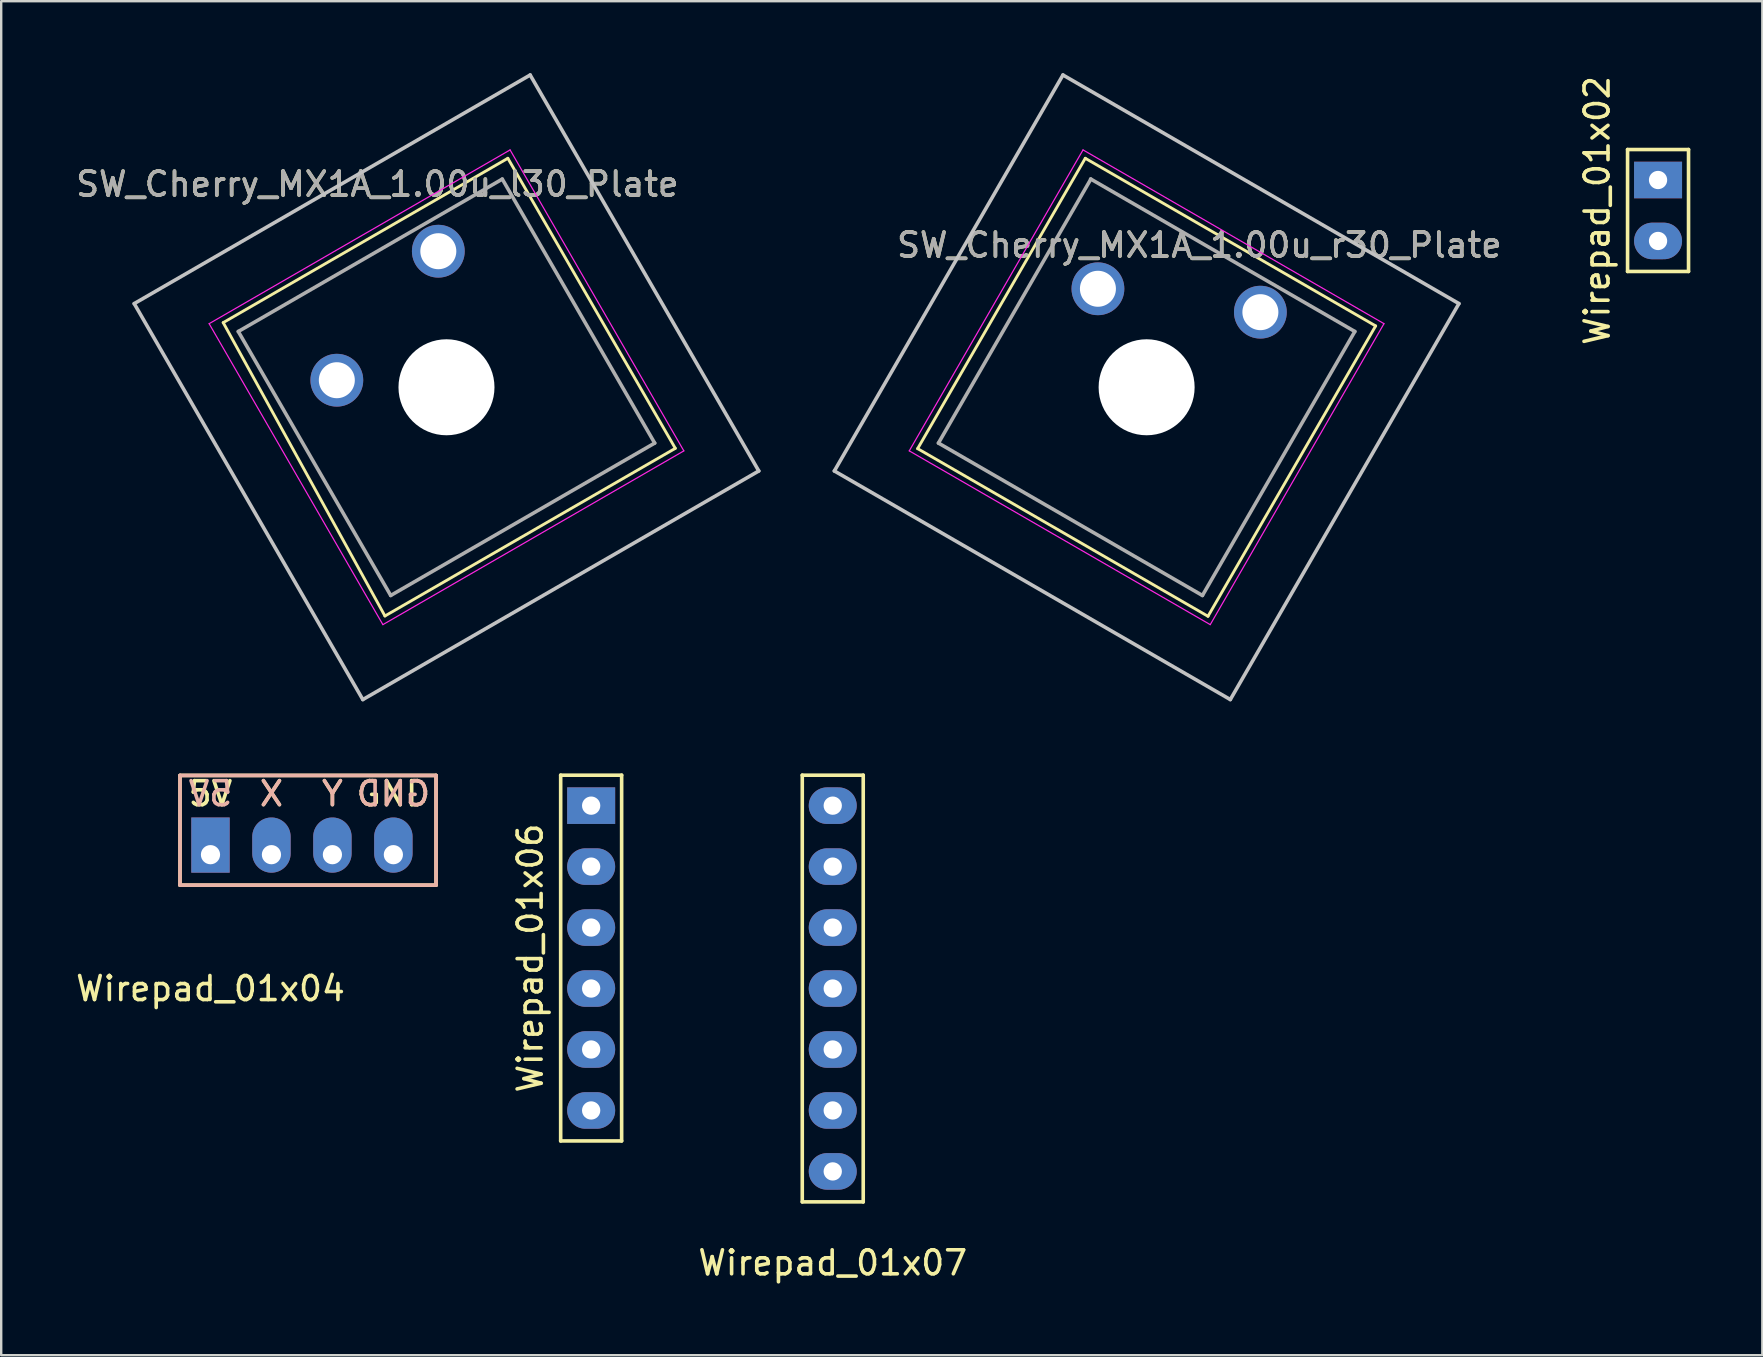
<source format=kicad_pcb>
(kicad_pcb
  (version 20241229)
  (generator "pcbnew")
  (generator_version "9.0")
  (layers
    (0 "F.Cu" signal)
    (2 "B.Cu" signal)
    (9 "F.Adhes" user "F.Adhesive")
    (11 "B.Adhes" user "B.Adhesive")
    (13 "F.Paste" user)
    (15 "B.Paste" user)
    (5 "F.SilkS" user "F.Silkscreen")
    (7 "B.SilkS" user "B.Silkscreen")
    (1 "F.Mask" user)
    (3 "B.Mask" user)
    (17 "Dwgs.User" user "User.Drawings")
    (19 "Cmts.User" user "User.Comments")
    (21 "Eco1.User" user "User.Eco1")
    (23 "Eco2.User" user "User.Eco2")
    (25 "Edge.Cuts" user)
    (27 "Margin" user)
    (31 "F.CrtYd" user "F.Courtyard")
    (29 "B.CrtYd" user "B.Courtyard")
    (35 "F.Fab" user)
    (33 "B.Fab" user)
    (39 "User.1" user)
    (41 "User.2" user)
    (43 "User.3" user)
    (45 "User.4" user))
  (footprint "Wirepad_01x04"
    (layer "F.Cu")
    (at 5.72 32.561)
    (property "Reference" "Wirepad_01x04" (at 0 5.58 0) (layer "F.SilkS") (effects (font (size 1 1) (thickness 0.15))))
    (attr through_hole)
    (fp_line (start -1.27 -3.302) (end -1.27 1.27) (stroke (width 0.15) (type solid)) (layer "F.SilkS"))
    (fp_line (start -1.27 1.27) (end 9.398 1.27) (stroke (width 0.15) (type solid)) (layer "F.SilkS"))
    (fp_line (start 9.398 -3.302) (end -1.27 -3.302) (stroke (width 0.15) (type solid)) (layer "F.SilkS"))
    (fp_line (start 9.398 1.27) (end 9.398 -3.302) (stroke (width 0.15) (type solid)) (layer "F.SilkS"))
    (fp_line (start -1.27 -3.302) (end 9.398 -3.302) (stroke (width 0.15) (type solid)) (layer "B.SilkS"))
    (fp_line (start -1.27 1.27) (end -1.27 -3.302) (stroke (width 0.15) (type solid)) (layer "B.SilkS"))
    (fp_line (start 9.398 -3.302) (end 9.398 1.27) (stroke (width 0.15) (type solid)) (layer "B.SilkS"))
    (fp_line (start 9.398 1.27) (end -1.27 1.27) (stroke (width 0.15) (type solid)) (layer "B.SilkS"))
    (fp_text user "5V" (at 0 -2.54 0) (layer "F.SilkS") (effects (font (size 1 1) (thickness 0.15))))
    (fp_text user "Y" (at 5.08 -2.54 0) (layer "F.SilkS") (effects (font (size 1 1) (thickness 0.15))))
    (fp_text user "X" (at 2.54 -2.54 0) (layer "F.SilkS") (effects (font (size 1 1) (thickness 0.15))))
    (fp_text user "GND" (at 7.62 -2.54 0) (layer "F.SilkS") (effects (font (size 1 1) (thickness 0.15))))
    (fp_text user "GND" (at 7.62 -2.54 0) (layer "B.SilkS") (effects (font (size 1 1) (thickness 0.15)) (justify mirror)))
    (fp_text user "Y" (at 5.08 -2.54 0) (layer "B.SilkS") (effects (font (size 1 1) (thickness 0.15)) (justify mirror)))
    (fp_text user "X" (at 2.54 -2.54 0) (layer "B.SilkS") (effects (font (size 1 1) (thickness 0.15)) (justify mirror)))
    (fp_text user "5V" (at 0 -2.54 0) (layer "B.SilkS") (effects (font (size 1 1) (thickness 0.15)) (justify mirror)))
    (pad "1" thru_hole trapezoid (at 0 0 180) (size 1.6 2.3) (drill 0.8 (offset 0 0.4)) (layers "*.Cu" "*.Mask"))
    (pad "2" thru_hole oval (at 2.54 0 180) (size 1.6 2.3) (drill 0.8 (offset 0 0.4)) (layers "*.Cu" "*.Mask"))
    (pad "3" thru_hole oval (at 5.08 0 180) (size 1.6 2.3) (drill 0.8 (offset 0 0.4)) (layers "*.Cu" "*.Mask"))
    (pad "4" thru_hole oval (at 7.62 0 180) (size 1.6 2.3) (drill 0.8 (offset 0 0.4)) (layers "*.Cu" "*.Mask")))
  (footprint "SW_Cherry_MX1A_1.00u_r30_Plate"
    (layer "F.Cu")
    (at 49.465 9.957)
    (property "Reference" "SW_Cherry_MX1A_1.00u_r30_Plate" (at -2.54 -2.794 0) (layer "F.SilkS") (effects (font (size 1 1) (thickness 0.15))))
    (attr through_hole)
    (fp_line (start -14.281 5.686) (end -7.296 -6.412) (stroke (width 0.12) (type solid)) (layer "F.SilkS"))
    (fp_line (start -7.296 -6.412) (end 4.802 0.573) (stroke (width 0.12) (type solid)) (layer "F.SilkS"))
    (fp_line (start -2.183 12.671) (end -14.281 5.686) (stroke (width 0.12) (type solid)) (layer "F.SilkS"))
    (fp_line (start 4.802 0.573) (end -2.183 12.671) (stroke (width 0.12) (type solid)) (layer "F.SilkS"))
    (fp_line (start -17.751 6.616) (end -8.226 -9.882) (stroke (width 0.15) (type solid)) (layer "Dwgs.User"))
    (fp_line (start -8.226 -9.882) (end 8.272 -0.357) (stroke (width 0.15) (type solid)) (layer "Dwgs.User"))
    (fp_line (start -1.253 16.141) (end -17.751 6.616) (stroke (width 0.15) (type solid)) (layer "Dwgs.User"))
    (fp_line (start 8.272 -0.357) (end -1.253 16.141) (stroke (width 0.15) (type solid)) (layer "Dwgs.User"))
    (fp_line (start -14.63 5.779) (end -7.39 -6.761) (stroke (width 0.05) (type solid)) (layer "F.CrtYd"))
    (fp_line (start -7.39 -6.761) (end 5.15 0.479) (stroke (width 0.05) (type solid)) (layer "F.CrtYd"))
    (fp_line (start -2.09 13.019) (end -14.63 5.779) (stroke (width 0.05) (type solid)) (layer "F.CrtYd"))
    (fp_line (start 5.15 0.479) (end -2.09 13.019) (stroke (width 0.05) (type solid)) (layer "F.CrtYd"))
    (fp_line (start -13.414 5.454) (end -7.064 -5.545) (stroke (width 0.15) (type solid)) (layer "F.Fab"))
    (fp_line (start -7.073 -5.55) (end 3.935 0.805) (stroke (width 0.15) (type solid)) (layer "F.Fab"))
    (fp_line (start -2.415 11.804) (end -13.414 5.454) (stroke (width 0.15) (type solid)) (layer "F.Fab"))
    (fp_line (start 3.935 0.805) (end -2.415 11.804) (stroke (width 0.15) (type solid)) (layer "F.Fab"))
    (fp_text user "${REFERENCE}" (at -2.54 -2.794 0) (layer "F.Fab") (effects (font (size 1 1) (thickness 0.15))))
    (pad "" np_thru_hole circle (at -4.74 3.129) (size 4 4) (drill 4) (layers "*.Cu" "*.Mask"))
    (pad "1" thru_hole circle (at 0 0) (size 2.2 2.2) (drill 1.5) (layers "*.Cu" "*.Mask"))
    (pad "2" thru_hole circle (at -6.769 -0.975) (size 2.2 2.2) (drill 1.5) (layers "*.Cu" "*.Mask")))
  (footprint "SW_Cherry_MX1A_1.00u_l30_Plate"
    (layer "F.Cu")
    (at 15.213 7.417)
    (property "Reference" "SW_Cherry_MX1A_1.00u_l30_Plate" (at -2.54 -2.794 0) (layer "F.SilkS") (effects (font (size 1 1) (thickness 0.15))))
    (attr through_hole)
    (fp_line (start -8.963 2.975) (end 2.897 -3.872) (stroke (width 0.12) (type solid)) (layer "F.SilkS"))
    (fp_line (start -2.224 15.198) (end -8.963 2.975) (stroke (width 0.12) (type solid)) (layer "F.SilkS"))
    (fp_line (start 2.897 -3.872) (end 9.874 8.213) (stroke (width 0.12) (type solid)) (layer "F.SilkS"))
    (fp_line (start 9.874 8.213) (end -2.224 15.198) (stroke (width 0.12) (type solid)) (layer "F.SilkS"))
    (fp_line (start -12.671 2.183) (end 3.827 -7.342) (stroke (width 0.15) (type solid)) (layer "Dwgs.User"))
    (fp_line (start -3.146 18.681) (end -12.671 2.183) (stroke (width 0.15) (type solid)) (layer "Dwgs.User"))
    (fp_line (start 3.827 -7.342) (end 13.352 9.156) (stroke (width 0.15) (type solid)) (layer "Dwgs.User"))
    (fp_line (start 13.352 9.156) (end -3.146 18.681) (stroke (width 0.15) (type solid)) (layer "Dwgs.User"))
    (fp_line (start -9.55 3.019) (end 2.99 -4.221) (stroke (width 0.05) (type solid)) (layer "F.CrtYd"))
    (fp_line (start -2.31 15.559) (end -9.55 3.019) (stroke (width 0.05) (type solid)) (layer "F.CrtYd"))
    (fp_line (start 2.99 -4.221) (end 10.23 8.319) (stroke (width 0.05) (type solid)) (layer "F.CrtYd"))
    (fp_line (start 10.23 8.319) (end -2.31 15.559) (stroke (width 0.05) (type solid)) (layer "F.CrtYd"))
    (fp_line (start -8.334 3.345) (end 2.665 -3.005) (stroke (width 0.15) (type solid)) (layer "F.Fab"))
    (fp_line (start -1.984 14.344) (end -8.334 3.345) (stroke (width 0.15) (type solid)) (layer "F.Fab"))
    (fp_line (start 2.665 -3.005) (end 9.015 7.994) (stroke (width 0.15) (type solid)) (layer "F.Fab"))
    (fp_line (start 9.015 7.994) (end -1.984 14.344) (stroke (width 0.15) (type solid)) (layer "F.Fab"))
    (fp_text user "${REFERENCE}" (at -2.54 -2.794 0) (layer "F.Fab") (effects (font (size 1 1) (thickness 0.15))))
    (pad "" np_thru_hole circle (at 0.34 5.669) (size 4 4) (drill 4) (layers "*.Cu" "*.Mask"))
    (pad "1" thru_hole circle (at 0 0) (size 2.2 2.2) (drill 1.5) (layers "*.Cu" "*.Mask"))
    (pad "2" thru_hole circle (at -4.229 5.375) (size 2.2 2.2) (drill 1.5) (layers "*.Cu" "*.Mask")))
  (footprint "Wirepad_01x06"
    (layer "F.Cu")
    (at 21.581 36.868)
    (property "Reference" "Wirepad_01x06" (at -2.54 0 90) (layer "F.SilkS") (effects (font (size 1 1) (thickness 0.15))))
    (attr through_hole)
    (fp_line (start -1.27 -7.62) (end 1.27 -7.62) (stroke (width 0.15) (type solid)) (layer "F.SilkS"))
    (fp_line (start -1.27 7.62) (end -1.27 -7.62) (stroke (width 0.15) (type solid)) (layer "F.SilkS"))
    (fp_line (start 1.27 -7.62) (end 1.27 7.62) (stroke (width 0.15) (type solid)) (layer "F.SilkS"))
    (fp_line (start 1.27 7.62) (end -1.27 7.62) (stroke (width 0.15) (type solid)) (layer "F.SilkS"))
    (pad "1" thru_hole rect (at 0 -6.35) (size 2 1.524) (drill 0.762) (layers "*.Cu" "*.Mask"))
    (pad "2" thru_hole oval (at 0 -3.81) (size 2 1.524) (drill 0.762) (layers "*.Cu" "*.Mask"))
    (pad "3" thru_hole oval (at 0 -1.27) (size 2 1.524) (drill 0.762) (layers "*.Cu" "*.Mask"))
    (pad "4" thru_hole oval (at 0 1.27) (size 2 1.524) (drill 0.762) (layers "*.Cu" "*.Mask"))
    (pad "5" thru_hole oval (at 0 3.81) (size 2 1.524) (drill 0.762) (layers "*.Cu" "*.Mask"))
    (pad "6" thru_hole oval (at 0 6.35) (size 2 1.524) (drill 0.762) (layers "*.Cu" "*.Mask")))
  (footprint "Wirepad_01x02"
    (layer "F.Cu")
    (at 66.034 5.72)
    (property "Reference" "Wirepad_01x02" (at -2.54 0 90) (layer "F.SilkS") (effects (font (size 1 1) (thickness 0.15))))
    (attr through_hole)
    (fp_line (start -1.27 -2.54) (end 1.27 -2.54) (stroke (width 0.15) (type solid)) (layer "F.SilkS"))
    (fp_line (start -1.27 2.54) (end -1.27 -2.54) (stroke (width 0.15) (type solid)) (layer "F.SilkS"))
    (fp_line (start 1.27 -2.54) (end 1.27 2.54) (stroke (width 0.15) (type solid)) (layer "F.SilkS"))
    (fp_line (start 1.27 2.54) (end -1.27 2.54) (stroke (width 0.15) (type solid)) (layer "F.SilkS"))
    (pad "1" thru_hole rect (at 0 -1.27) (size 2 1.524) (drill 0.762) (layers "*.Cu" "*.Mask"))
    (pad "2" thru_hole oval (at 0 1.27) (size 2 1.524) (drill 0.762) (layers "*.Cu" "*.Mask")))
  (footprint "Wirepad_01x07"
    (layer "F.Cu")
    (at 31.647 44.488)
    (property "Reference" "Wirepad_01x07" (at 0 5.08 0) (layer "F.SilkS") (effects (font (size 1 1) (thickness 0.15))))
    (attr through_hole)
    (fp_line (start -1.27 -15.24) (end 1.27 -15.24) (stroke (width 0.15) (type solid)) (layer "F.SilkS"))
    (fp_line (start -1.27 2.54) (end -1.27 -15.24) (stroke (width 0.15) (type solid)) (layer "F.SilkS"))
    (fp_line (start 1.27 -15.24) (end 1.27 2.54) (stroke (width 0.15) (type solid)) (layer "F.SilkS"))
    (fp_line (start 1.27 2.54) (end -1.27 2.54) (stroke (width 0.15) (type solid)) (layer "F.SilkS"))
    (pad "1" thru_hole oval (at 0 -13.97) (size 2 1.524) (drill 0.762) (layers "*.Cu" "*.Mask"))
    (pad "2" thru_hole oval (at 0 -11.43) (size 2 1.524) (drill 0.762) (layers "*.Cu" "*.Mask"))
    (pad "3" thru_hole oval (at 0 -8.89) (size 2 1.524) (drill 0.762) (layers "*.Cu" "*.Mask"))
    (pad "4" thru_hole oval (at 0 -6.35) (size 2 1.524) (drill 0.762) (layers "*.Cu" "*.Mask"))
    (pad "5" thru_hole oval (at 0 -3.81) (size 2 1.524) (drill 0.762) (layers "*.Cu" "*.Mask"))
    (pad "6" thru_hole oval (at 0 -1.27) (size 2 1.524) (drill 0.762) (layers "*.Cu" "*.Mask"))
    (pad "7" thru_hole oval (at 0 1.27) (size 2 1.524) (drill 0.762) (layers "*.Cu" "*.Mask")))
  (gr_rect
    (start -3 -3)
    (end 70.379 53.416)
    (stroke (width 0.1) (type default))
    (fill no)
    (layer "Edge.Cuts")))
</source>
